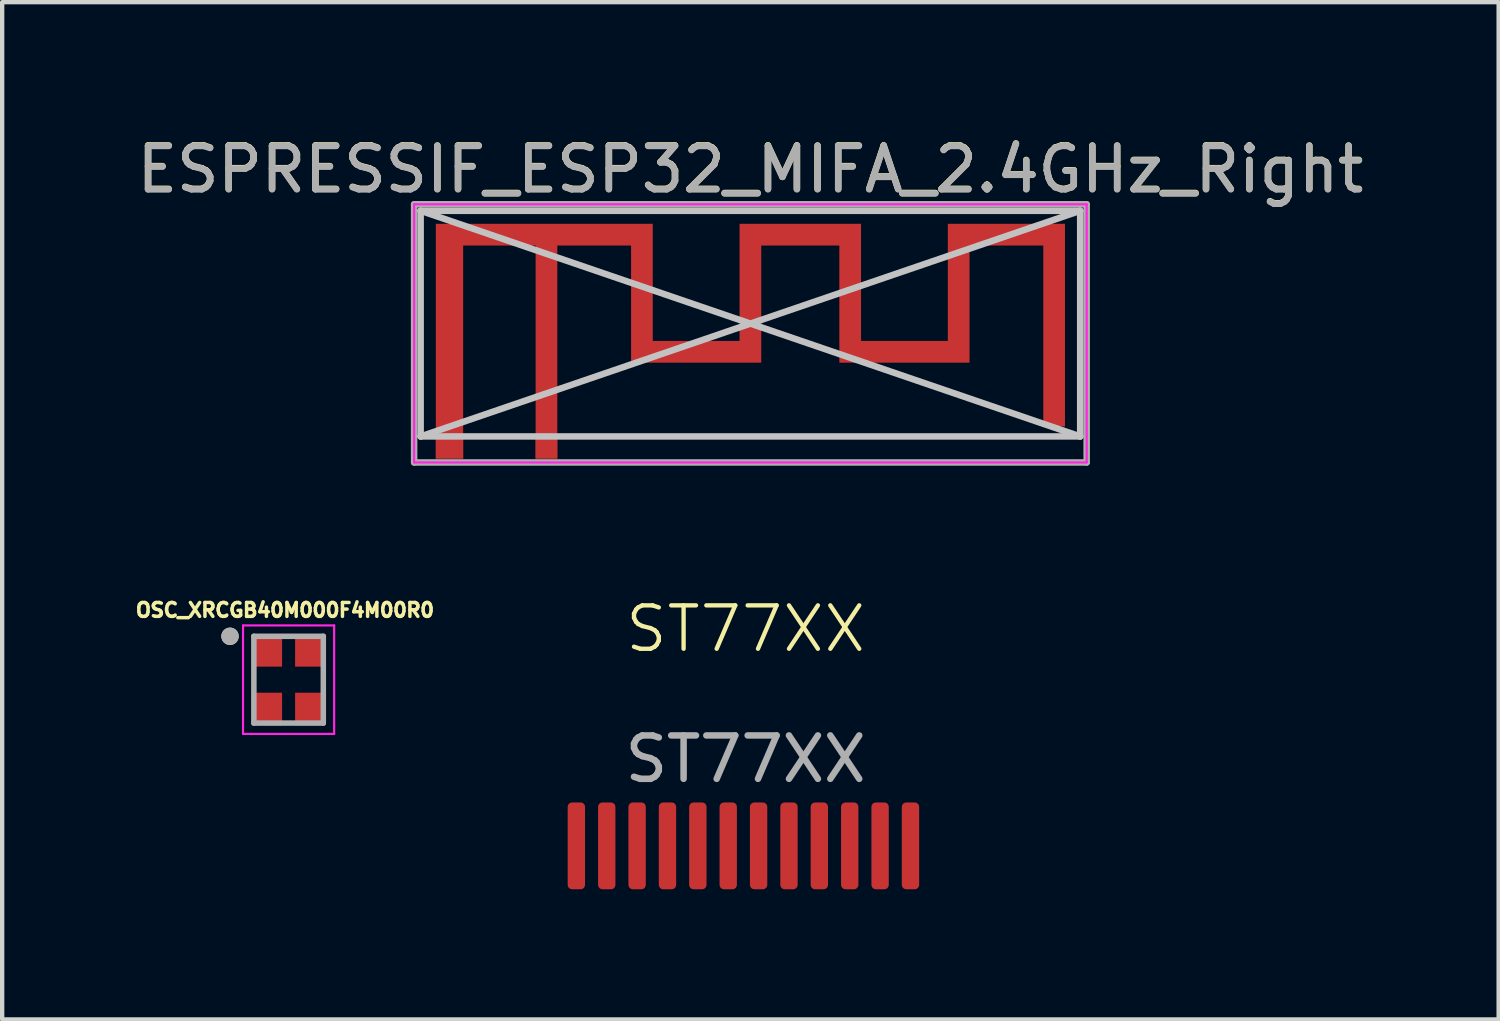
<source format=kicad_pcb>
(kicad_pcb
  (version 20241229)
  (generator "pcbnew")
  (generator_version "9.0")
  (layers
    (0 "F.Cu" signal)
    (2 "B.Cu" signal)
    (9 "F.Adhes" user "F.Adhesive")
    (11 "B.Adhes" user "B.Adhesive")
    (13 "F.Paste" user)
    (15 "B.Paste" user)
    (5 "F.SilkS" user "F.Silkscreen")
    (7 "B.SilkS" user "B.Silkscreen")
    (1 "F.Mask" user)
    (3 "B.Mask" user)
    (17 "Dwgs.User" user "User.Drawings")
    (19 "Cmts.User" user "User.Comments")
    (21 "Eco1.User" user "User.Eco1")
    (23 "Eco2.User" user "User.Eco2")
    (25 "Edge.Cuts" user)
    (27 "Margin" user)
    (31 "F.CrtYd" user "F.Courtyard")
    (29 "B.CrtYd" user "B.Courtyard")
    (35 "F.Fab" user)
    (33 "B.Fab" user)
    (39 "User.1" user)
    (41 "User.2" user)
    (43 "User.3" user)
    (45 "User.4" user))
  (footprint "ST77XX"
    (layer "F.Cu")
    (at 14.133 11.944)
    (property "Reference" "ST77XX" (at 0 -0.5 0) (unlocked yes) (layer "F.SilkS") (effects (font (size 1 1) (thickness 0.1))))
    (attr smd)
    (fp_text user "${REFERENCE}" (at 0 2.5 0) (unlocked yes) (layer "F.Fab") (effects (font (size 1 1) (thickness 0.15))))
    (pad "1" smd roundrect (at -3.9 4.5 270) (size 2 0.4) (layers "F.Cu" "F.Mask" "F.Paste") (roundrect_rratio 0.25))
    (pad "2" smd roundrect (at -3.2 4.5 270) (size 2 0.4) (layers "F.Cu" "F.Mask" "F.Paste") (roundrect_rratio 0.25))
    (pad "3" smd roundrect (at -2.5 4.5 270) (size 2 0.4) (layers "F.Cu" "F.Mask" "F.Paste") (roundrect_rratio 0.25))
    (pad "4" smd roundrect (at -1.8 4.5 270) (size 2 0.4) (layers "F.Cu" "F.Mask" "F.Paste") (roundrect_rratio 0.25))
    (pad "5" smd roundrect (at -1.1 4.5 270) (size 2 0.4) (layers "F.Cu" "F.Mask" "F.Paste") (roundrect_rratio 0.25))
    (pad "6" smd roundrect (at -0.4 4.5 270) (size 2 0.4) (layers "F.Cu" "F.Mask" "F.Paste") (roundrect_rratio 0.25))
    (pad "7" smd roundrect (at 0.3 4.5 270) (size 2 0.4) (layers "F.Cu" "F.Mask" "F.Paste") (roundrect_rratio 0.25))
    (pad "8" smd roundrect (at 1 4.5 270) (size 2 0.4) (layers "F.Cu" "F.Mask" "F.Paste") (roundrect_rratio 0.25))
    (pad "9" smd roundrect (at 1.7 4.5 270) (size 2 0.4) (layers "F.Cu" "F.Mask" "F.Paste") (roundrect_rratio 0.25))
    (pad "10" smd roundrect (at 2.4 4.5 270) (size 2 0.4) (layers "F.Cu" "F.Mask" "F.Paste") (roundrect_rratio 0.25))
    (pad "11" smd roundrect (at 3.1 4.5 270) (size 2 0.4) (layers "F.Cu" "F.Mask" "F.Paste") (roundrect_rratio 0.25))
    (pad "12" smd roundrect (at 3.8 4.5 270) (size 2 0.4) (layers "F.Cu" "F.Mask" "F.Paste") (roundrect_rratio 0.25)))
  (footprint "ESPRESSIF_ESP32_MIFA_2.4GHz_Right"
    (layer "F.Cu")
    (at 9.694 7.258)
    (property "Reference" "ESPRESSIF_ESP32_MIFA_2.4GHz_Right" (at 4.55 -6.41 0) (layer "F.SilkS") (effects (font (size 1 1) (thickness 0.15))))
    (attr exclude_from_pos_files exclude_from_bom)
    (fp_poly (pts (xy 2.3 -2.45) (xy 4.3 -2.45) (xy 4.3 -5.15) (xy 7.1 -5.15) (xy 7.1 -2.45) (xy 9.1 -2.45) (xy 9.1 -5.15) (xy 11.8 -5.15) (xy 11.8 -0.48) (xy 11.3 -0.48) (xy 11.3 -4.65) (xy 9.6 -4.65) (xy 9.6 -1.95) (xy 6.6 -1.95) (xy 6.6 -4.65) (xy 4.8 -4.65) (xy 4.8 -1.95) (xy 1.8 -1.95) (xy 1.8 -4.65) (xy 0.1 -4.65) (xy 0.1 0.26) (xy -0.4 0.26) (xy -0.4 -4.65) (xy -2.07 -4.65) (xy -2.07 0.26) (xy -2.7 0.26) (xy -2.7 0.007) (xy -2.398 0.007) (xy -2.388 0.054) (xy -2.364 0.097) (xy -2.326 0.13) (xy -2.318 0.134) (xy -2.275 0.146) (xy -2.227 0.145) (xy -2.181 0.132) (xy -2.163 0.122) (xy -2.129 0.087) (xy -2.108 0.041) (xy -2.102 -0.008) (xy -2.11 -0.056) (xy -2.127 -0.089) (xy -2.162 -0.121) (xy -2.208 -0.141) (xy -2.257 -0.148) (xy -2.305 -0.14) (xy -2.338 -0.123) (xy -2.373 -0.086) (xy -2.393 -0.042) (xy -2.398 0.007) (xy -2.7 0.028) (xy -2.7 -5.15) (xy 2.3 -5.15) (xy 2.3 -2.51)) (stroke (width 0) (type solid)) (fill yes) (layer "F.Cu"))
    (fp_line (start -3.05 -5.45) (end 12.15 -5.45) (stroke (width 0.15) (type solid)) (layer "Dwgs.User"))
    (fp_line (start -3.05 -5.45) (end 12.15 -0.25) (stroke (width 0.15) (type solid)) (layer "Dwgs.User"))
    (fp_line (start -3.05 -0.25) (end -3.05 -5.45) (stroke (width 0.15) (type solid)) (layer "Dwgs.User"))
    (fp_line (start -3.05 -0.25) (end 12.15 -5.45) (stroke (width 0.15) (type solid)) (layer "Dwgs.User"))
    (fp_line (start -3.05 -0.25) (end 12.15 -0.25) (stroke (width 0.15) (type solid)) (layer "Dwgs.User"))
    (fp_line (start 12.15 -0.25) (end 12.15 -5.45) (stroke (width 0.15) (type solid)) (layer "Dwgs.User"))
    (fp_line (start -3.2 -5.6) (end 12.3 -5.6) (stroke (width 0.05) (type solid)) (layer "F.CrtYd"))
    (fp_line (start -3.2 0.35) (end -3.2 -5.6) (stroke (width 0.05) (type solid)) (layer "F.CrtYd"))
    (fp_line (start 12.3 -5.6) (end 12.3 0.35) (stroke (width 0.05) (type solid)) (layer "F.CrtYd"))
    (fp_line (start 12.3 0.35) (end -3.2 0.35) (stroke (width 0.05) (type solid)) (layer "F.CrtYd"))
    (fp_line (start -3.2 -5.6) (end 12.3 -5.6) (stroke (width 0.15) (type solid)) (layer "F.Fab"))
    (fp_line (start -3.2 0.35) (end -3.2 -5.6) (stroke (width 0.15) (type solid)) (layer "F.Fab"))
    (fp_line (start 12.3 -5.6) (end 12.3 0.35) (stroke (width 0.15) (type solid)) (layer "F.Fab"))
    (fp_line (start 12.3 0.35) (end -3.2 0.35) (stroke (width 0.15) (type solid)) (layer "F.Fab"))
    (fp_text user "${REFERENCE}" (at 4.55 -6.4 0) (layer "F.Fab") (effects (font (size 1 1) (thickness 0.15))))
    (pad "1" connect rect (at -0.15 0.01) (size 0.5 0.5) (layers "F.Cu"))
    (pad "2" smd rect (at -2.385 0.01) (size 0.63 0.5) (layers "F.Cu" "F.Mask")))
  (footprint "OSC_XRCGB40M000F4M00R0"
    (layer "F.Cu")
    (at 3.601 12.614)
    (property "Reference" "OSC_XRCGB40M000F4M00R0" (at -0.084 -1.603 0) (layer "F.SilkS") (effects (font (size 0.32 0.32) (thickness 0.08))))
    (attr smd)
    (fp_circle (center -1.35 -1) (end -1.25 -1) (stroke (width 0.2) (type solid)) (fill no) (layer "F.SilkS"))
    (fp_line (start -1.05 -1.25) (end 1.05 -1.25) (stroke (width 0.05) (type solid)) (layer "F.CrtYd"))
    (fp_line (start -1.05 1.25) (end -1.05 -1.25) (stroke (width 0.05) (type solid)) (layer "F.CrtYd"))
    (fp_line (start 1.05 -1.25) (end 1.05 1.25) (stroke (width 0.05) (type solid)) (layer "F.CrtYd"))
    (fp_line (start 1.05 1.25) (end -1.05 1.25) (stroke (width 0.05) (type solid)) (layer "F.CrtYd"))
    (fp_line (start -0.8 -1) (end 0.8 -1) (stroke (width 0.127) (type solid)) (layer "F.Fab"))
    (fp_line (start -0.8 1) (end -0.8 -1) (stroke (width 0.127) (type solid)) (layer "F.Fab"))
    (fp_line (start 0.8 -1) (end 0.8 1) (stroke (width 0.127) (type solid)) (layer "F.Fab"))
    (fp_line (start 0.8 1) (end -0.8 1) (stroke (width 0.127) (type solid)) (layer "F.Fab"))
    (fp_circle (center -1.35 -1) (end -1.25 -1) (stroke (width 0.2) (type solid)) (fill no) (layer "F.Fab"))
    (pad "1" smd rect (at -0.5 -0.675) (size 0.7 0.75) (layers "F.Cu" "F.Mask" "F.Paste"))
    (pad "2" smd rect (at -0.5 0.675) (size 0.7 0.75) (layers "F.Cu" "F.Mask" "F.Paste"))
    (pad "3" smd rect (at 0.5 0.675) (size 0.7 0.75) (layers "F.Cu" "F.Mask" "F.Paste"))
    (pad "4" smd rect (at 0.5 -0.675) (size 0.7 0.75) (layers "F.Cu" "F.Mask" "F.Paste")))
  (gr_rect
    (start -3 -3)
    (end 31.488 20.444)
    (stroke (width 0.1) (type default))
    (fill no)
    (layer "Edge.Cuts")))
</source>
